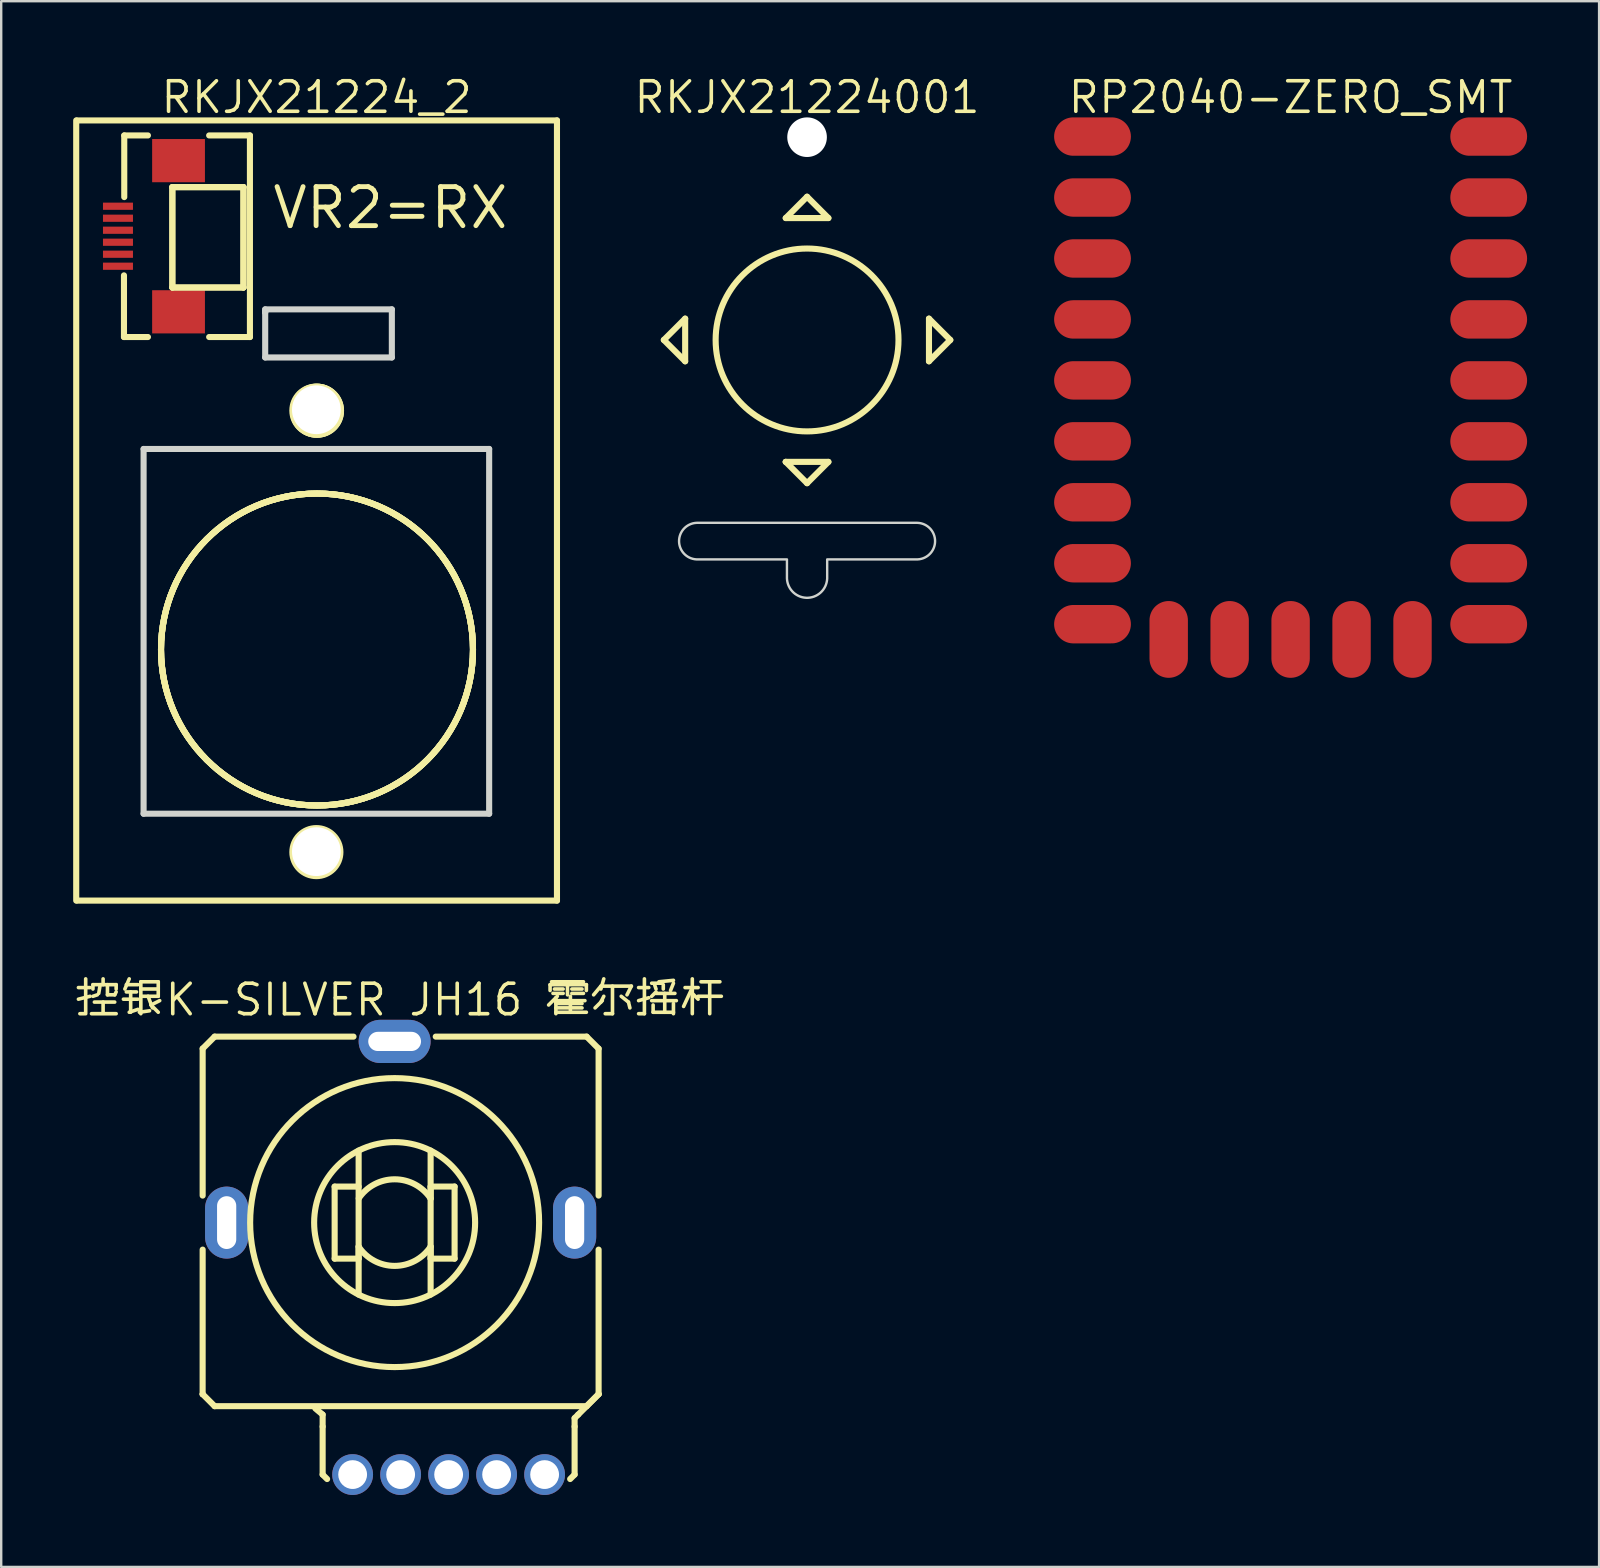
<source format=kicad_pcb>
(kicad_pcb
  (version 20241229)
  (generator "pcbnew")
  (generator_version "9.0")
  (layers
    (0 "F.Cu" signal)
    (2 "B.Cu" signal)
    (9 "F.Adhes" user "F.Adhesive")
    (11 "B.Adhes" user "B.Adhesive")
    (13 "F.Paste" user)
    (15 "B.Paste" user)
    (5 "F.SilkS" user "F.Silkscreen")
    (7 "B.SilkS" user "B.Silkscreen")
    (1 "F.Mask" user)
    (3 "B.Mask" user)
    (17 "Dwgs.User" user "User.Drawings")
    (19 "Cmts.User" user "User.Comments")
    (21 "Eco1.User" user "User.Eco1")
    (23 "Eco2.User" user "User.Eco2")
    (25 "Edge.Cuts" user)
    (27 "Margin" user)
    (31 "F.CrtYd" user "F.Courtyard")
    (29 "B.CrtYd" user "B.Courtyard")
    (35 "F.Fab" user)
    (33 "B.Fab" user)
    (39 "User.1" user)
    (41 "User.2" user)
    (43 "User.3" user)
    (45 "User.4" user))
  (footprint "RKJX21224001"
    (layer "F.Cu")
    (at 30.582 11.117)
    (property "Reference" "RKJX21224001" (at 0 -10.111 0) (layer "F.SilkS") (effects (font (size 1.27 1.27) (thickness 0.15))))
    (fp_line (start -5.969 0) (end -5.08 -0.889) (stroke (width 0.254) (type default)) (layer "F.SilkS"))
    (fp_line (start -5.08 -0.889) (end -5.08 0.889) (stroke (width 0.254) (type default)) (layer "F.SilkS"))
    (fp_line (start -5.08 0.889) (end -5.969 0) (stroke (width 0.254) (type default)) (layer "F.SilkS"))
    (fp_line (start -0.889 -5.08) (end 0.889 -5.08) (stroke (width 0.254) (type default)) (layer "F.SilkS"))
    (fp_line (start -0.889 5.08) (end -0.889 5.08) (stroke (width 0.254) (type default)) (layer "F.SilkS"))
    (fp_line (start -0.889 5.08) (end 0 5.969) (stroke (width 0.254) (type default)) (layer "F.SilkS"))
    (fp_line (start 0 -5.969) (end -0.889 -5.08) (stroke (width 0.254) (type default)) (layer "F.SilkS"))
    (fp_line (start 0 5.969) (end 0.889 5.08) (stroke (width 0.254) (type default)) (layer "F.SilkS"))
    (fp_line (start 0.889 -5.08) (end 0 -5.969) (stroke (width 0.254) (type default)) (layer "F.SilkS"))
    (fp_line (start 0.889 5.08) (end -0.889 5.08) (stroke (width 0.254) (type default)) (layer "F.SilkS"))
    (fp_line (start 5.08 -0.889) (end 5.08 0.889) (stroke (width 0.254) (type default)) (layer "F.SilkS"))
    (fp_line (start 5.08 0.889) (end 5.969 0) (stroke (width 0.254) (type default)) (layer "F.SilkS"))
    (fp_line (start 5.969 0) (end 5.08 -0.889) (stroke (width 0.254) (type default)) (layer "F.SilkS"))
    (fp_circle (center 0 0) (end 3.81 0) (stroke (width 0.254) (type default)) (fill no) (layer "F.SilkS"))
    (fp_poly (pts (arc (start -4.572 7.62) (mid -5.334 8.382) (end -4.572 9.144)) (xy -0.838 9.144) (arc (start -0.8382 9.906) (mid 0 10.7442) (end 0.8382 9.906)) (xy 0.838 9.144) (arc (start 4.572 9.144) (mid 5.334 8.382) (end 4.572 7.62))) (stroke (width 0.1) (type default)) (fill no) (layer "Edge.Cuts"))
    (pad "" np_thru_hole circle (at 0 -8.45) (size 1.651 1.651) (drill 1.651) (layers "*.Cu" "*.Mask")))
  (footprint "RKJX21224_2"
    (layer "F.Cu")
    (at 3.128 6.794)
    (property "Reference" "RKJX21224_2" (at 7.015 -5.788 0) (layer "F.SilkS") (effects (font (size 1.27 1.27) (thickness 0.15))))
    (fp_line (start -3.002 -4.826) (end -3.002 27.686) (stroke (width 0.254) (type default)) (layer "F.SilkS"))
    (fp_line (start -2.968 -4.826) (end 17.032 -4.826) (stroke (width 0.254) (type default)) (layer "F.SilkS"))
    (fp_line (start -1.012 4.2) (end -1.012 1.631) (stroke (width 0.254) (type default)) (layer "F.SilkS"))
    (fp_line (start -1 -4.2) (end -1 -1.631) (stroke (width 0.254) (type default)) (layer "F.SilkS"))
    (fp_line (start -0.013 -4.2) (end -1 -4.2) (stroke (width 0.254) (type default)) (layer "F.SilkS"))
    (fp_line (start -0.013 4.2) (end -1.012 4.2) (stroke (width 0.254) (type default)) (layer "F.SilkS"))
    (fp_line (start 1.004 -2.046) (end 1.004 2.137) (stroke (width 0.254) (type default)) (layer "F.SilkS"))
    (fp_line (start 1.004 -2.046) (end 1.004 2.137) (stroke (width 0.254) (type default)) (layer "F.SilkS"))
    (fp_line (start 1.004 2.137) (end 3.967 2.137) (stroke (width 0.254) (type default)) (layer "F.SilkS"))
    (fp_line (start 1.004 2.137) (end 3.967 2.137) (stroke (width 0.254) (type default)) (layer "F.SilkS"))
    (fp_line (start 3.967 -2.046) (end 1.004 -2.046) (stroke (width 0.254) (type default)) (layer "F.SilkS"))
    (fp_line (start 3.967 -2.046) (end 1.004 -2.046) (stroke (width 0.254) (type default)) (layer "F.SilkS"))
    (fp_line (start 3.967 2.137) (end 3.967 -2.046) (stroke (width 0.254) (type default)) (layer "F.SilkS"))
    (fp_line (start 3.967 2.137) (end 3.967 -2.046) (stroke (width 0.254) (type default)) (layer "F.SilkS"))
    (fp_line (start 4.237 -4.2) (end 2.538 -4.2) (stroke (width 0.254) (type default)) (layer "F.SilkS"))
    (fp_line (start 4.237 -4.2) (end 4.237 4.2) (stroke (width 0.254) (type default)) (layer "F.SilkS"))
    (fp_line (start 4.237 4.2) (end 2.538 4.2) (stroke (width 0.254) (type default)) (layer "F.SilkS"))
    (fp_line (start 17.032 -4.826) (end 17.032 27.686) (stroke (width 0.254) (type default)) (layer "F.SilkS"))
    (fp_line (start 17.032 27.686) (end -2.968 27.686) (stroke (width 0.254) (type default)) (layer "F.SilkS"))
    (fp_circle (center 7.006 7.265) (end 8.007 7.265) (stroke (width 0.254) (type default)) (fill no) (layer "F.SilkS"))
    (fp_circle (center 7.006 25.665) (end 8.007 25.665) (stroke (width 0.254) (type default)) (fill no) (layer "F.SilkS"))
    (fp_circle (center 7.032 7.272) (end 8.032 7.272) (stroke (width 0.254) (type default)) (fill no) (layer "F.SilkS"))
    (fp_circle (center 7.032 7.272) (end 8.032 7.272) (stroke (width 0.254) (type default)) (fill no) (layer "F.SilkS"))
    (fp_circle (center 7.032 17.222) (end 13.532 17.222) (stroke (width 0.254) (type default)) (fill no) (layer "F.SilkS"))
    (fp_circle (center 7.032 17.222) (end 13.532 17.222) (stroke (width 0.254) (type default)) (fill no) (layer "F.SilkS"))
    (fp_circle (center 7.032 17.222) (end 13.532 17.222) (stroke (width 0.254) (type default)) (fill no) (layer "F.SilkS"))
    (fp_circle (center 7.032 17.222) (end 13.532 17.222) (stroke (width 0.254) (type default)) (fill no) (layer "F.SilkS"))
    (fp_line (start -0.194 8.865) (end 14.206 8.865) (stroke (width 0.254) (type default)) (layer "Edge.Cuts"))
    (fp_line (start -0.194 24.065) (end -0.194 8.865) (stroke (width 0.254) (type default)) (layer "Edge.Cuts"))
    (fp_line (start 4.873 3.048) (end 10.151 3.048) (stroke (width 0.254) (type default)) (layer "Edge.Cuts"))
    (fp_line (start 4.873 3.137) (end 4.873 3.175) (stroke (width 0.254) (type default)) (layer "Edge.Cuts"))
    (fp_line (start 4.873 3.175) (end 4.873 3.048) (stroke (width 0.254) (type default)) (layer "Edge.Cuts"))
    (fp_line (start 4.873 5.052) (end 4.873 3.137) (stroke (width 0.254) (type default)) (layer "Edge.Cuts"))
    (fp_line (start 10.151 3.048) (end 10.151 5.052) (stroke (width 0.254) (type default)) (layer "Edge.Cuts"))
    (fp_line (start 10.151 5.052) (end 4.873 5.052) (stroke (width 0.254) (type default)) (layer "Edge.Cuts"))
    (fp_line (start 14.206 8.865) (end 14.206 24.065) (stroke (width 0.254) (type default)) (layer "Edge.Cuts"))
    (fp_line (start 14.206 24.065) (end -0.194 24.065) (stroke (width 0.254) (type default)) (layer "Edge.Cuts"))
    (fp_text user "VR2=RX" (at 5.08 -2.134 0) (unlocked yes) (layer "F.SilkS") (effects (font (size 1.626 1.626) (thickness 0.203)) (justify left top)))
    (pad "" np_thru_hole circle (at 7.006 7.231) (size 2.032 2.032) (drill 2.032) (layers "*.Cu" "*.Mask"))
    (pad "" np_thru_hole circle (at 7.006 25.646) (size 2.032 2.032) (drill 2.032) (layers "*.Cu" "*.Mask"))
    (pad "1" smd rect (at -1.262 1.25 90) (size 0.3 1.25) (layers "F.Cu" "F.Mask" "F.Paste"))
    (pad "2" smd rect (at -1.262 0.75 90) (size 0.3 1.25) (layers "F.Cu" "F.Mask" "F.Paste"))
    (pad "3" smd rect (at -1.262 0.25 90) (size 0.3 1.25) (layers "F.Cu" "F.Mask" "F.Paste"))
    (pad "4" smd rect (at -1.262 -0.25 90) (size 0.3 1.25) (layers "F.Cu" "F.Mask" "F.Paste"))
    (pad "4" smd rect (at 1.262 -3.15 90) (size 1.8 2.2) (layers "F.Cu" "F.Mask" "F.Paste"))
    (pad "4" smd rect (at 1.262 3.15 90) (size 1.8 2.2) (layers "F.Cu" "F.Mask" "F.Paste"))
    (pad "5" smd rect (at -1.262 -0.75 90) (size 0.3 1.25) (layers "F.Cu" "F.Mask" "F.Paste"))
    (pad "6" smd rect (at -1.262 -1.25 90) (size 0.3 1.25) (layers "F.Cu" "F.Mask" "F.Paste"))
    (zone (net_name "") (layer "F.Cu") (hatch edge 0.5) (priority 100) (connect_pads yes) (min_thickness 0) (filled_areas_thickness no) (fill yes) (polygon (pts (xy 1.486 5.644) (xy 1.486 5.444) (xy 2.186 5.444) (xy 2.186 5.644))) (filled_polygon (layer "F.Cu") (island) (pts (xy 1.486 5.644) (xy 1.486 5.444) (xy 2.186 5.444) (xy 2.186 5.644))))
    (zone (net_name "") (layer "F.Cu") (hatch edge 0.5) (priority 100) (connect_pads yes) (min_thickness 0) (filled_areas_thickness no) (fill yes) (polygon (pts (xy 1.486 6.144) (xy 1.486 5.944) (xy 2.186 5.944) (xy 2.186 6.144))) (filled_polygon (layer "F.Cu") (island) (pts (xy 1.486 6.144) (xy 1.486 5.944) (xy 2.186 5.944) (xy 2.186 6.144))))
    (zone (net_name "") (layer "F.Cu") (hatch edge 0.5) (priority 100) (connect_pads yes) (min_thickness 0) (filled_areas_thickness no) (fill yes) (polygon (pts (xy 1.486 6.644) (xy 1.486 6.444) (xy 2.186 6.444) (xy 2.186 6.644))) (filled_polygon (layer "F.Cu") (island) (pts (xy 1.486 6.644) (xy 1.486 6.444) (xy 2.186 6.444) (xy 2.186 6.644))))
    (zone (net_name "") (layer "F.Cu") (hatch edge 0.5) (priority 100) (connect_pads yes) (min_thickness 0) (filled_areas_thickness no) (fill yes) (polygon (pts (xy 1.486 7.144) (xy 1.486 6.944) (xy 2.186 6.944) (xy 2.186 7.144))) (filled_polygon (layer "F.Cu") (island) (pts (xy 1.486 7.144) (xy 1.486 6.944) (xy 2.186 6.944) (xy 2.186 7.144))))
    (zone (net_name "") (layer "F.Cu") (hatch edge 0.5) (priority 100) (connect_pads yes) (min_thickness 0) (filled_areas_thickness no) (fill yes) (polygon (pts (xy 1.486 7.644) (xy 1.486 7.444) (xy 2.186 7.444) (xy 2.186 7.644))) (filled_polygon (layer "F.Cu") (island) (pts (xy 1.486 7.644) (xy 1.486 7.444) (xy 2.186 7.444) (xy 2.186 7.644))))
    (zone (net_name "") (layer "F.Cu") (hatch edge 0.5) (priority 100) (connect_pads yes) (min_thickness 0) (filled_areas_thickness no) (fill yes) (polygon (pts (xy 1.486 8.144) (xy 1.486 7.944) (xy 2.186 7.944) (xy 2.186 8.144))) (filled_polygon (layer "F.Cu") (island) (pts (xy 1.486 8.144) (xy 1.486 7.944) (xy 2.186 7.944) (xy 2.186 8.144))))
    (zone (net_name "") (layer "F.Cu") (hatch edge 0.5) (priority 100) (connect_pads yes) (min_thickness 0) (filled_areas_thickness no) (fill yes) (polygon (pts (xy 3.391 4.394) (xy 3.391 2.894) (xy 5.391 2.894) (xy 5.391 4.394))) (filled_polygon (layer "F.Cu") (island) (pts (xy 3.391 4.394) (xy 3.391 2.894) (xy 5.391 2.894) (xy 5.391 4.394))))
    (zone (net_name "") (layer "F.Cu") (hatch edge 0.5) (priority 100) (connect_pads yes) (min_thickness 0) (filled_areas_thickness no) (fill yes) (polygon (pts (xy 3.391 10.694) (xy 3.391 9.194) (xy 5.391 9.194) (xy 5.391 10.694))) (filled_polygon (layer "F.Cu") (island) (pts (xy 3.391 10.694) (xy 3.391 9.194) (xy 5.391 9.194) (xy 5.391 10.694)))))
  (footprint "RP2040-ZERO_SMT"
    (layer "F.Cu")
    (at 49.843 12.166)
    (property "Reference" "RP2040-ZERO_SMT" (at 0.889 -11.16 0) (layer "F.SilkS") (effects (font (size 1.27 1.27) (thickness 0.15))))
    (pad "0" smd oval (at 9.144 -9.525) (size 3.2 1.6) (layers "F.Cu" "F.Mask" "F.Paste"))
    (pad "1" smd oval (at 9.144 -6.985) (size 3.2 1.6) (layers "F.Cu" "F.Mask" "F.Paste"))
    (pad "2" smd oval (at 9.144 -4.445) (size 3.2 1.6) (layers "F.Cu" "F.Mask" "F.Paste"))
    (pad "3" smd oval (at 9.144 -1.905) (size 3.2 1.6) (layers "F.Cu" "F.Mask" "F.Paste"))
    (pad "4" smd oval (at 9.144 0.635) (size 3.2 1.6) (layers "F.Cu" "F.Mask" "F.Paste"))
    (pad "5" smd oval (at 9.144 3.175) (size 3.2 1.6) (layers "F.Cu" "F.Mask" "F.Paste"))
    (pad "6" smd oval (at 9.144 5.715) (size 3.2 1.6) (layers "F.Cu" "F.Mask" "F.Paste"))
    (pad "7" smd oval (at 9.144 8.255) (size 3.2 1.6) (layers "F.Cu" "F.Mask" "F.Paste"))
    (pad "8" smd oval (at 9.144 10.795) (size 3.2 1.6) (layers "F.Cu" "F.Mask" "F.Paste"))
    (pad "9" smd oval (at 5.969 11.43 90) (size 3.2 1.6) (layers "F.Cu" "F.Mask" "F.Paste"))
    (pad "10" smd oval (at 3.429 11.43 90) (size 3.2 1.6) (layers "F.Cu" "F.Mask" "F.Paste"))
    (pad "11" smd oval (at 0.889 11.43 90) (size 3.2 1.6) (layers "F.Cu" "F.Mask" "F.Paste"))
    (pad "12" smd oval (at -1.651 11.43 90) (size 3.2 1.6) (layers "F.Cu" "F.Mask" "F.Paste"))
    (pad "13" smd oval (at -4.191 11.43 90) (size 3.2 1.6) (layers "F.Cu" "F.Mask" "F.Paste"))
    (pad "14" smd oval (at -7.366 10.795) (size 3.2 1.6) (layers "F.Cu" "F.Mask" "F.Paste"))
    (pad "15" smd oval (at -7.366 8.255) (size 3.2 1.6) (layers "F.Cu" "F.Mask" "F.Paste"))
    (pad "16" smd oval (at -7.366 5.715) (size 3.2 1.6) (layers "F.Cu" "F.Mask" "F.Paste"))
    (pad "17" smd oval (at -7.366 3.175) (size 3.2 1.6) (layers "F.Cu" "F.Mask" "F.Paste"))
    (pad "18" smd oval (at -7.366 0.635) (size 3.2 1.6) (layers "F.Cu" "F.Mask" "F.Paste"))
    (pad "19" smd oval (at -7.366 -1.905) (size 3.2 1.6) (layers "F.Cu" "F.Mask" "F.Paste"))
    (pad "20" smd oval (at -7.366 -4.445) (size 3.2 1.6) (layers "F.Cu" "F.Mask" "F.Paste"))
    (pad "21" smd oval (at -7.366 -6.985) (size 3.2 1.6) (layers "F.Cu" "F.Mask" "F.Paste"))
    (pad "22" smd oval (at -7.366 -9.525) (size 3.2 1.6) (layers "F.Cu" "F.Mask" "F.Paste")))
  (footprint "控银K-SILVER JH16 霍尔摇杆"
    (layer "F.Cu")
    (at 13.395 47.898)
    (property "Reference" "控银K-SILVER JH16 霍尔摇杆" (at 0.249 -9.285 0) (layer "F.SilkS") (effects (font (size 1.27 1.27) (thickness 0.15))))
    (fp_line (start -8.001 7.15) (end -8 7.15) (stroke (width 0.254) (type default)) (layer "F.SilkS"))
    (fp_line (start -8 -7.25) (end -8 -1.126) (stroke (width 0.254) (type default)) (layer "F.SilkS"))
    (fp_line (start -8 1.126) (end -8.001 7.15) (stroke (width 0.254) (type default)) (layer "F.SilkS"))
    (fp_line (start -8 7.15) (end -7.5 7.65) (stroke (width 0.254) (type default)) (layer "F.SilkS"))
    (fp_line (start -7.5 -7.75) (end -8 -7.25) (stroke (width 0.254) (type default)) (layer "F.SilkS"))
    (fp_line (start -3 8) (end -3.302 7.747) (stroke (width 0.254) (type default)) (layer "F.SilkS"))
    (fp_line (start -3 8.5) (end -3 8) (stroke (width 0.254) (type default)) (layer "F.SilkS"))
    (fp_line (start -3 10.5) (end -3 8.5) (stroke (width 0.254) (type default)) (layer "F.SilkS"))
    (fp_line (start -3 10.5) (end -2.814 10.686) (stroke (width 0.254) (type default)) (layer "F.SilkS"))
    (fp_line (start -2.5 -1.5) (end -2.499 1.501) (stroke (width 0.254) (type default)) (layer "F.SilkS"))
    (fp_line (start -2.5 -1.5) (end -1.5 -1.5) (stroke (width 0.254) (type default)) (layer "F.SilkS"))
    (fp_line (start -2.499 1.501) (end -1.501 1.501) (stroke (width 0.254) (type default)) (layer "F.SilkS"))
    (fp_line (start -1.714 -7.75) (end -7.5 -7.75) (stroke (width 0.254) (type default)) (layer "F.SilkS"))
    (fp_line (start -1.501 1.501) (end -1.501 1.001) (stroke (width 0.254) (type default)) (layer "F.SilkS"))
    (fp_line (start -1.5 3) (end -1.5 -3) (stroke (width 0.254) (type default)) (layer "F.SilkS"))
    (fp_line (start 1.5 -3) (end 1.5 3) (stroke (width 0.254) (type default)) (layer "F.SilkS"))
    (fp_line (start 1.501 -1.501) (end 2.499 -1.501) (stroke (width 0.254) (type default)) (layer "F.SilkS"))
    (fp_line (start 1.501 -1.001) (end 1.501 -1.501) (stroke (width 0.254) (type default)) (layer "F.SilkS"))
    (fp_line (start 1.501 1.501) (end 1.501 1.001) (stroke (width 0.254) (type default)) (layer "F.SilkS"))
    (fp_line (start 2.499 -1.501) (end 2.499 1.501) (stroke (width 0.254) (type default)) (layer "F.SilkS"))
    (fp_line (start 2.499 1.501) (end 1.501 1.501) (stroke (width 0.254) (type default)) (layer "F.SilkS"))
    (fp_line (start 7.5 8.15) (end 7.65 8) (stroke (width 0.254) (type default)) (layer "F.SilkS"))
    (fp_line (start 7.5 8.5) (end 7.5 8.15) (stroke (width 0.254) (type default)) (layer "F.SilkS"))
    (fp_line (start 7.5 10.5) (end 7.314 10.686) (stroke (width 0.254) (type default)) (layer "F.SilkS"))
    (fp_line (start 7.5 10.5) (end 7.5 8.5) (stroke (width 0.254) (type default)) (layer "F.SilkS"))
    (fp_line (start 7.65 8) (end 8.5 7.15) (stroke (width 0.254) (type default)) (layer "F.SilkS"))
    (fp_line (start 8 -7.75) (end 1.713 -7.75) (stroke (width 0.254) (type default)) (layer "F.SilkS"))
    (fp_line (start 8 -7.75) (end 8.5 -7.25) (stroke (width 0.254) (type default)) (layer "F.SilkS"))
    (fp_line (start 8 7.65) (end -7.5 7.65) (stroke (width 0.254) (type default)) (layer "F.SilkS"))
    (fp_line (start 8.5 -1.126) (end 8.5 -7.25) (stroke (width 0.254) (type default)) (layer "F.SilkS"))
    (fp_line (start 8.5 7.15) (end 8 7.65) (stroke (width 0.254) (type default)) (layer "F.SilkS"))
    (fp_line (start 8.5 7.15) (end 8.5 1.126) (stroke (width 0.254) (type default)) (layer "F.SilkS"))
    (fp_line (start 8.5 7.15) (end 8.5 7.15) (stroke (width 0.254) (type default)) (layer "F.SilkS"))
    (fp_arc (start -1.4955 -1.0092) (mid 0.005048 -1.804156) (end 1.5011 -1.0008) (stroke (width 0.254) (type default)) (layer "F.SilkS"))
    (fp_arc (start 1.5011 1.0008) (mid 0 1.804135) (end -1.5011 1.0008) (stroke (width 0.254) (type default)) (layer "F.SilkS"))
    (fp_circle (center 0 0) (end 3.354 0) (stroke (width 0.254) (type default)) (fill no) (layer "F.SilkS"))
    (fp_circle (center 0 0) (end 6.021 0) (stroke (width 0.254) (type default)) (fill no) (layer "F.SilkS"))
    (pad "1" thru_hole oval (at -1.75 10.5) (size 1.7 1.7) (drill 1.2) (layers "*.Cu" "*.Mask"))
    (pad "2" thru_hole oval (at 0.25 10.5) (size 1.7 1.7) (drill 1.2) (layers "*.Cu" "*.Mask"))
    (pad "3" thru_hole oval (at 2.25 10.5) (size 1.7 1.7) (drill 1.2) (layers "*.Cu" "*.Mask"))
    (pad "4" thru_hole oval (at 4.25 10.5) (size 1.7 1.7) (drill 1.2) (layers "*.Cu" "*.Mask"))
    (pad "5" thru_hole oval (at 6.25 10.5) (size 1.7 1.7) (drill 1.2) (layers "*.Cu" "*.Mask"))
    (pad "6" thru_hole oval (at 0 -7.55) (size 3 1.8) (drill oval 2.2 0.8) (layers "*.Cu" "*.Mask"))
    (pad "7" thru_hole oval (at -7 0) (size 1.8 3) (drill oval 0.8 2.2) (layers "*.Cu" "*.Mask"))
    (pad "8" thru_hole oval (at 7.5 0) (size 1.8 3) (drill oval 0.8 2.2) (layers "*.Cu" "*.Mask")))
  (gr_rect
    (start -3 -3)
    (end 63.587 62.248)
    (stroke (width 0.1) (type default))
    (fill no)
    (layer "Edge.Cuts")))
</source>
